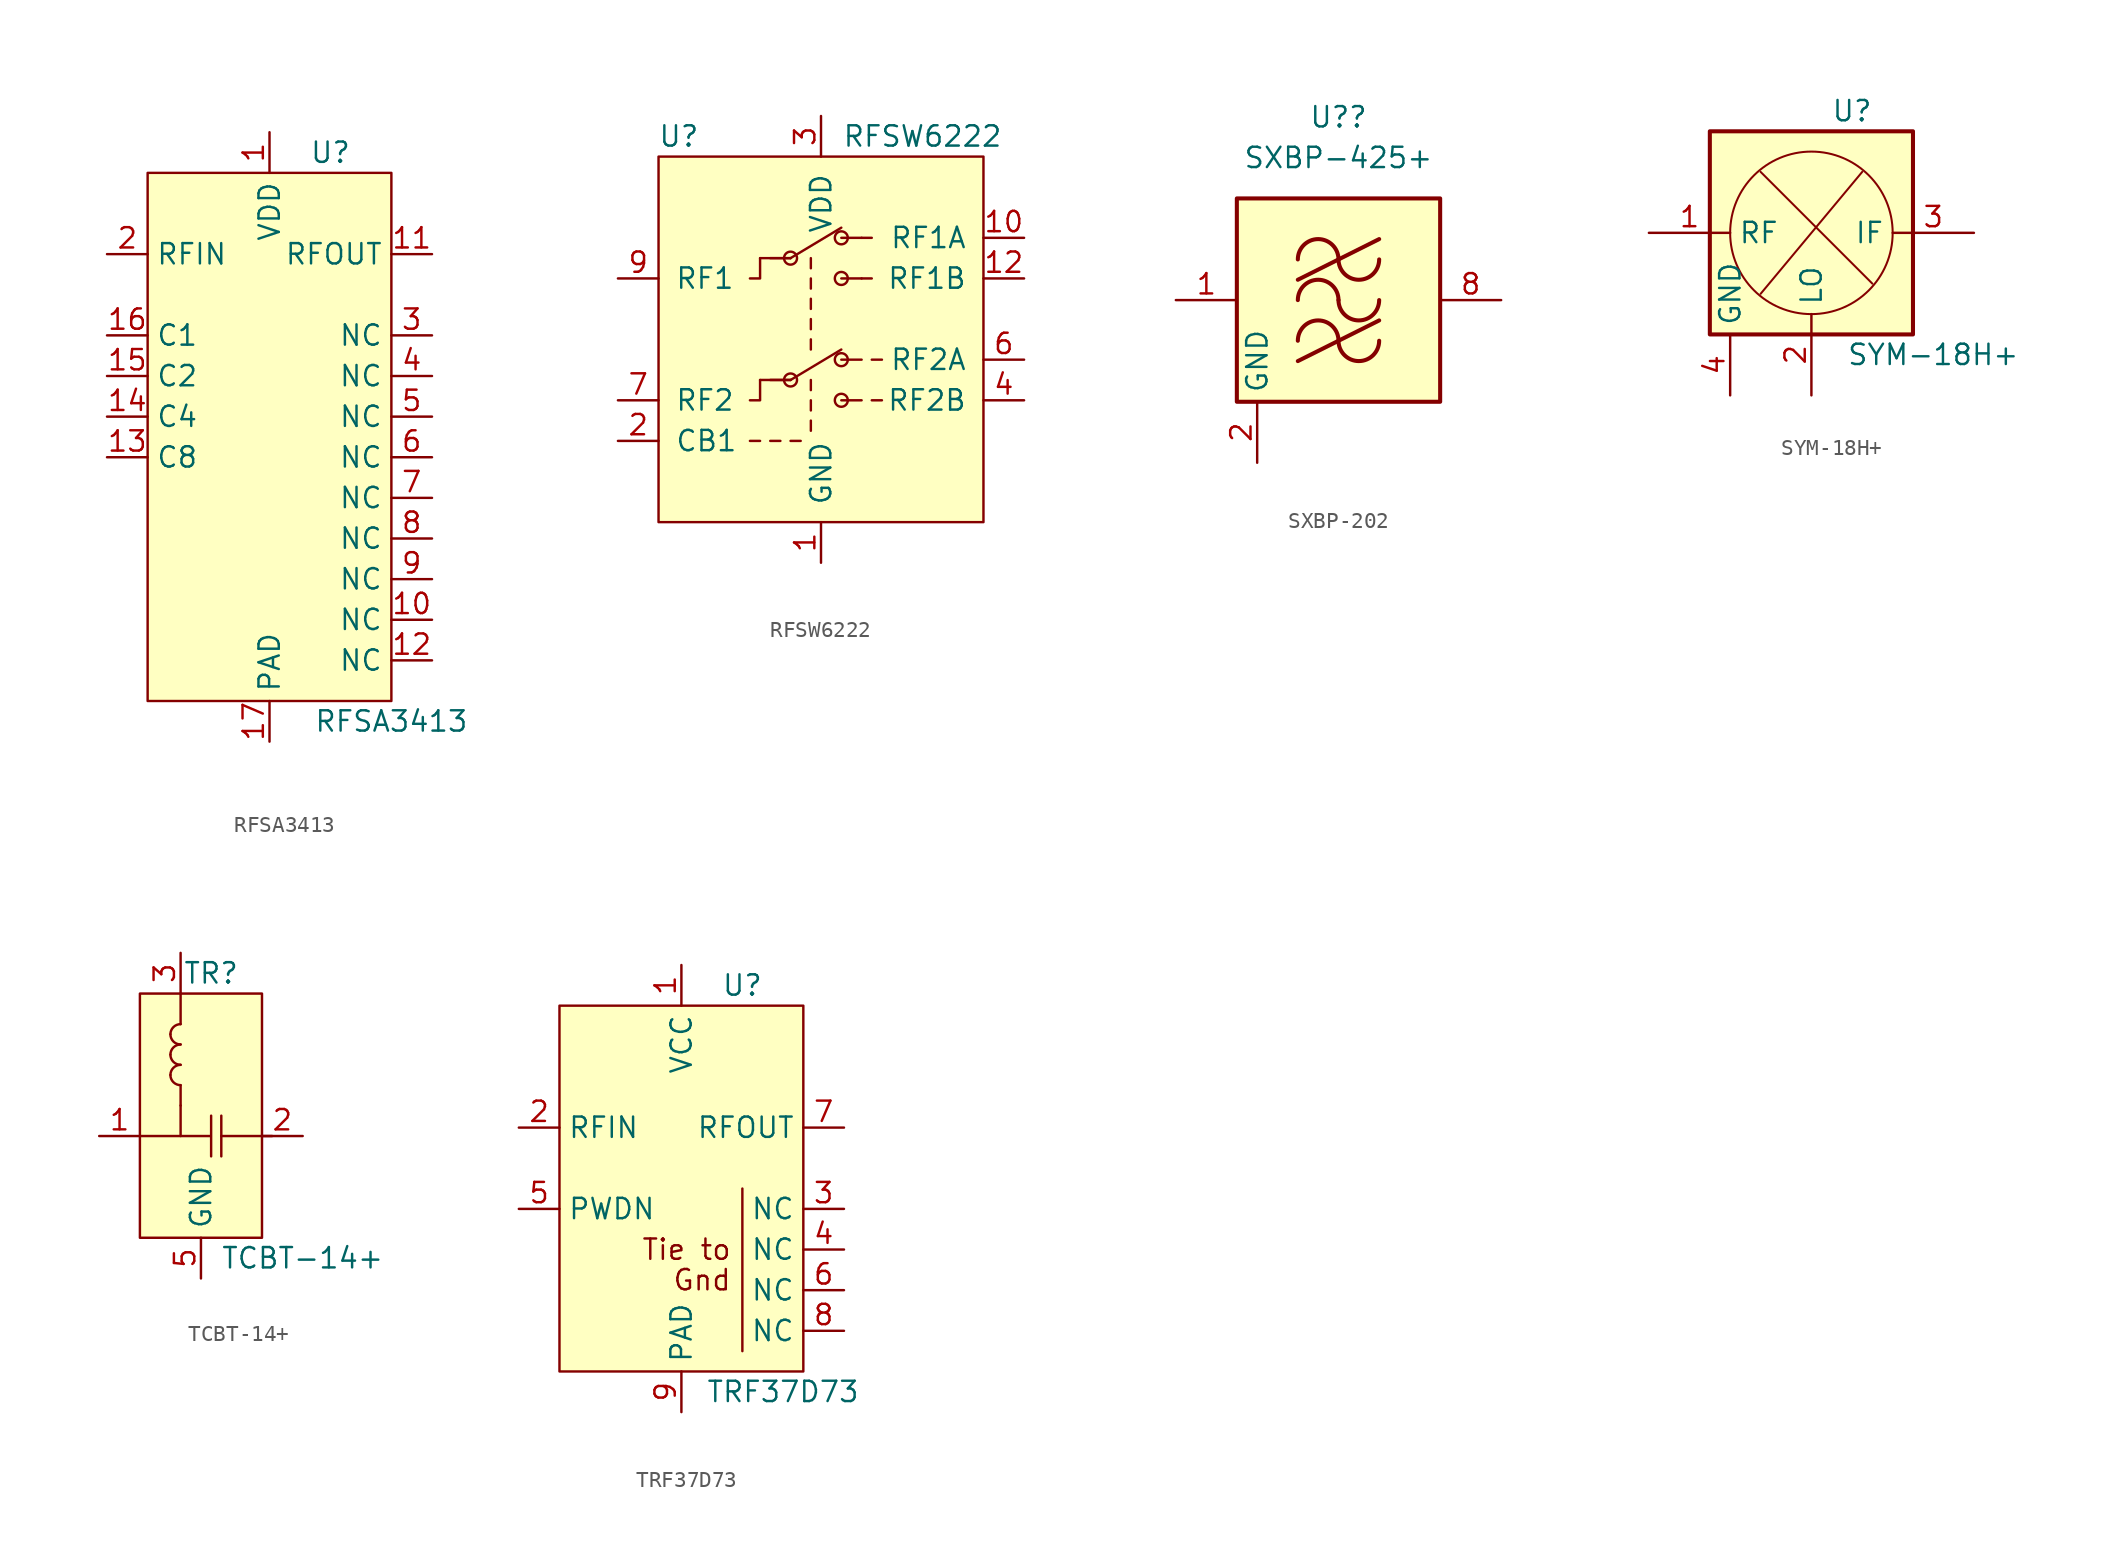
<source format=kicad_sym>
(kicad_symbol_lib
  (version 20211014)
  (generator kicad_symbol_editor)
  (symbol "RFSA3413"
    (property "Reference" "U"
      (at 3.81 6.35 0)
      (effects (font (size 1.27 1.27))))
    (property "Value" "RFSA3413"
      (at 7.62 -29.21 0)
      (effects (font (size 1.27 1.27))))
    (symbol "RFSA3413_0_1"
      (rectangle (start -7.62 5.08) (end 7.62 -27.94) (stroke (width 0.152) (type default) (color 0 0 0 0)) (fill (type background))))
    (symbol "RFSA3413_1_1"
      (pin power_in line (at 0 7.62 270) (length 2.54) (name "VDD" (effects (font (size 1.27 1.27)))) (number "1" (effects (font (size 1.27 1.27)))))
      (pin passive line (at 10.16 -22.86 180) (length 2.54) (name "NC" (effects (font (size 1.27 1.27)))) (number "10" (effects (font (size 1.27 1.27)))))
      (pin output line (at 10.16 0 180) (length 2.54) (name "RFOUT" (effects (font (size 1.27 1.27)))) (number "11" (effects (font (size 1.27 1.27)))))
      (pin passive line (at 10.16 -25.4 180) (length 2.54) (name "NC" (effects (font (size 1.27 1.27)))) (number "12" (effects (font (size 1.27 1.27)))))
      (pin input line (at -10.16 -12.7 0) (length 2.54) (name "C8" (effects (font (size 1.27 1.27)))) (number "13" (effects (font (size 1.27 1.27)))))
      (pin input line (at -10.16 -10.16 0) (length 2.54) (name "C4" (effects (font (size 1.27 1.27)))) (number "14" (effects (font (size 1.27 1.27)))))
      (pin input line (at -10.16 -7.62 0) (length 2.54) (name "C2" (effects (font (size 1.27 1.27)))) (number "15" (effects (font (size 1.27 1.27)))))
      (pin input line (at -10.16 -5.08 0) (length 2.54) (name "C1" (effects (font (size 1.27 1.27)))) (number "16" (effects (font (size 1.27 1.27)))))
      (pin power_in line (at 0 -30.48 90) (length 2.54) (name "PAD" (effects (font (size 1.27 1.27)))) (number "17" (effects (font (size 1.27 1.27)))))
      (pin input line (at -10.16 0 0) (length 2.54) (name "RFIN" (effects (font (size 1.27 1.27)))) (number "2" (effects (font (size 1.27 1.27)))))
      (pin passive line (at 10.16 -5.08 180) (length 2.54) (name "NC" (effects (font (size 1.27 1.27)))) (number "3" (effects (font (size 1.27 1.27)))))
      (pin passive line (at 10.16 -7.62 180) (length 2.54) (name "NC" (effects (font (size 1.27 1.27)))) (number "4" (effects (font (size 1.27 1.27)))))
      (pin passive line (at 10.16 -10.16 180) (length 2.54) (name "NC" (effects (font (size 1.27 1.27)))) (number "5" (effects (font (size 1.27 1.27)))))
      (pin passive line (at 10.16 -12.7 180) (length 2.54) (name "NC" (effects (font (size 1.27 1.27)))) (number "6" (effects (font (size 1.27 1.27)))))
      (pin passive line (at 10.16 -15.24 180) (length 2.54) (name "NC" (effects (font (size 1.27 1.27)))) (number "7" (effects (font (size 1.27 1.27)))))
      (pin passive line (at 10.16 -17.78 180) (length 2.54) (name "NC" (effects (font (size 1.27 1.27)))) (number "8" (effects (font (size 1.27 1.27)))))
      (pin passive line (at 10.16 -20.32 180) (length 2.54) (name "NC" (effects (font (size 1.27 1.27)))) (number "9" (effects (font (size 1.27 1.27)))))))
  (symbol "RFSW6222"
    (pin_names
      (offset 1.016))
    (property "Reference" "U"
      (at -8.89 11.43 0)
      (effects (font (size 1.27 1.27))))
    (property "Value" "RFSW6222"
      (at 6.35 11.43 0)
      (effects (font (size 1.27 1.27))))
    (symbol "RFSW6222_0_1"
      (rectangle (start -10.16 10.16) (end 10.16 -12.7) (stroke (width 0) (type default) (color 0 0 0 0)) (fill (type background)))
      (circle (center -1.905 3.81) (radius 0.406) (stroke (width 0) (type default) (color 0 0 0 0)) (fill (type none)))
      (polyline (pts (xy -4.445 -7.62) (xy -3.81 -7.62)) (stroke (width 0) (type default) (color 0 0 0 0)) (fill (type none)))
      (polyline (pts (xy -3.81 3.81) (xy -1.905 3.81)) (stroke (width 0) (type default) (color 0 0 0 0)) (fill (type none)))
      (polyline (pts (xy -1.905 3.81) (xy -3.175 3.81)) (stroke (width 0) (type default) (color 0 0 0 0)) (fill (type none)))
      (polyline (pts (xy -1.905 3.81) (xy 1.27 5.715)) (stroke (width 0) (type default) (color 0 0 0 0)) (fill (type none)))
      (polyline (pts (xy 1.27 2.54) (xy 2.54 2.54)) (stroke (width 0) (type default) (color 0 0 0 0)) (fill (type none)))
      (polyline (pts (xy 1.27 5.08) (xy 2.54 5.08)) (stroke (width 0) (type default) (color 0 0 0 0)) (fill (type none)))
      (polyline (pts (xy 2.54 2.54) (xy 3.175 2.54)) (stroke (width 0) (type default) (color 0 0 0 0)) (fill (type none)))
      (polyline (pts (xy 2.54 5.08) (xy 3.175 5.08)) (stroke (width 0) (type default) (color 0 0 0 0)) (fill (type none)))
      (polyline (pts (xy -4.445 2.54) (xy -3.81 2.54) (xy -3.81 3.81)) (stroke (width 0) (type default) (color 0 0 0 0)) (fill (type none)))
      (circle (center 1.27 2.54) (radius 0.406) (stroke (width 0) (type default) (color 0 0 0 0)) (fill (type none)))
      (circle (center 1.27 5.08) (radius 0.406) (stroke (width 0) (type default) (color 0 0 0 0)) (fill (type none))))
    (symbol "RFSW6222_1_1"
      (circle (center -1.905 -3.81) (radius 0.406) (stroke (width 0) (type default) (color 0 0 0 0)) (fill (type none)))
      (polyline (pts (xy -3.81 -3.81) (xy -1.905 -3.81)) (stroke (width 0) (type default) (color 0 0 0 0)) (fill (type none)))
      (polyline (pts (xy -3.175 -7.62) (xy -2.54 -7.62)) (stroke (width 0) (type default) (color 0 0 0 0)) (fill (type none)))
      (polyline (pts (xy -1.905 -7.62) (xy -1.27 -7.62)) (stroke (width 0) (type default) (color 0 0 0 0)) (fill (type none)))
      (polyline (pts (xy -1.905 -3.81) (xy -3.175 -3.81)) (stroke (width 0) (type default) (color 0 0 0 0)) (fill (type none)))
      (polyline (pts (xy -1.905 -3.81) (xy 1.27 -1.905)) (stroke (width 0) (type default) (color 0 0 0 0)) (fill (type none)))
      (polyline (pts (xy -0.635 -6.985) (xy -0.635 -6.35)) (stroke (width 0) (type default) (color 0 0 0 0)) (fill (type none)))
      (polyline (pts (xy -0.635 -5.715) (xy -0.635 -5.08)) (stroke (width 0) (type default) (color 0 0 0 0)) (fill (type none)))
      (polyline (pts (xy -0.635 -4.445) (xy -0.635 -3.81)) (stroke (width 0) (type default) (color 0 0 0 0)) (fill (type none)))
      (polyline (pts (xy -0.635 -1.905) (xy -0.635 -1.27)) (stroke (width 0) (type default) (color 0 0 0 0)) (fill (type none)))
      (polyline (pts (xy -0.635 -0.635) (xy -0.635 0)) (stroke (width 0) (type default) (color 0 0 0 0)) (fill (type none)))
      (polyline (pts (xy -0.635 0.635) (xy -0.635 1.27)) (stroke (width 0) (type default) (color 0 0 0 0)) (fill (type none)))
      (polyline (pts (xy -0.635 1.905) (xy -0.635 2.54)) (stroke (width 0) (type default) (color 0 0 0 0)) (fill (type none)))
      (polyline (pts (xy -0.635 3.175) (xy -0.635 3.81)) (stroke (width 0) (type default) (color 0 0 0 0)) (fill (type none)))
      (polyline (pts (xy 1.27 -5.08) (xy 2.54 -5.08)) (stroke (width 0) (type default) (color 0 0 0 0)) (fill (type none)))
      (polyline (pts (xy 1.27 -2.54) (xy 2.54 -2.54)) (stroke (width 0) (type default) (color 0 0 0 0)) (fill (type none)))
      (polyline (pts (xy 3.175 -5.08) (xy 3.81 -5.08)) (stroke (width 0) (type default) (color 0 0 0 0)) (fill (type none)))
      (polyline (pts (xy 3.175 -2.54) (xy 3.81 -2.54)) (stroke (width 0) (type default) (color 0 0 0 0)) (fill (type none)))
      (polyline (pts (xy -4.445 -5.08) (xy -3.81 -5.08) (xy -3.81 -3.81)) (stroke (width 0) (type default) (color 0 0 0 0)) (fill (type none)))
      (circle (center 1.27 -5.08) (radius 0.406) (stroke (width 0) (type default) (color 0 0 0 0)) (fill (type none)))
      (circle (center 1.27 -2.54) (radius 0.406) (stroke (width 0) (type default) (color 0 0 0 0)) (fill (type none)))
      (pin power_in line (at 0 -15.24 90) (length 2.54) (name "GND" (effects (font (size 1.27 1.27)))) (number "1" (effects (font (size 1.27 1.27)))))
      (pin passive line (at 12.7 5.08 180) (length 2.54) (name "RF1A" (effects (font (size 1.27 1.27)))) (number "10" (effects (font (size 1.27 1.27)))))
      (pin passive line (at 0 -15.24 90) (length 2.54) hide (name "GND" (effects (font (size 1.27 1.27)))) (number "11" (effects (font (size 1.27 1.27)))))
      (pin passive line (at 12.7 2.54 180) (length 2.54) (name "RF1B" (effects (font (size 1.27 1.27)))) (number "12" (effects (font (size 1.27 1.27)))))
      (pin passive line (at 0 -15.24 90) (length 2.54) hide (name "GND" (effects (font (size 1.27 1.27)))) (number "13" (effects (font (size 1.27 1.27)))))
      (pin input line (at -12.7 -7.62 0) (length 2.54) (name "CB1" (effects (font (size 1.27 1.27)))) (number "2" (effects (font (size 1.27 1.27)))))
      (pin power_in line (at 0 12.7 270) (length 2.54) (name "VDD" (effects (font (size 1.27 1.27)))) (number "3" (effects (font (size 1.27 1.27)))))
      (pin passive line (at 12.7 -5.08 180) (length 2.54) (name "RF2B" (effects (font (size 1.27 1.27)))) (number "4" (effects (font (size 1.27 1.27)))))
      (pin passive line (at 0 -15.24 90) (length 2.54) hide (name "GND" (effects (font (size 1.27 1.27)))) (number "5" (effects (font (size 1.27 1.27)))))
      (pin passive line (at 12.7 -2.54 180) (length 2.54) (name "RF2A" (effects (font (size 1.27 1.27)))) (number "6" (effects (font (size 1.27 1.27)))))
      (pin passive line (at -12.7 -5.08 0) (length 2.54) (name "RF2" (effects (font (size 1.27 1.27)))) (number "7" (effects (font (size 1.27 1.27)))))
      (pin passive line (at 0 -15.24 90) (length 2.54) hide (name "GND" (effects (font (size 1.27 1.27)))) (number "8" (effects (font (size 1.27 1.27)))))
      (pin passive line (at -12.7 2.54 0) (length 2.54) (name "RF1" (effects (font (size 1.27 1.27)))) (number "9" (effects (font (size 1.27 1.27)))))))
  (symbol "SXBP-202"
    (property "Reference" "U?"
      (at 0 11.43 0)
      (effects (font (size 1.27 1.27))))
    (property "Value" "SXBP-425+"
      (at 0 8.89 0)
      (effects (font (size 1.27 1.27))))
    (symbol "SXBP-202_0_1"
      (rectangle (start -6.35 6.35) (end 6.35 -6.35) (stroke (width 0.254) (type default) (color 0 0 0 0)) (fill (type background)))
      (arc (start 0 -2.54) (mid -1.27 -1.27) (end -2.54 -2.54) (stroke (width 0.254) (type default) (color 0 0 0 0)) (fill (type none)))
      (arc (start 0 -2.54) (mid 1.27 -3.81) (end 2.54 -2.54) (stroke (width 0.254) (type default) (color 0 0 0 0)) (fill (type none)))
      (arc (start 0 0) (mid -1.27 1.27) (end -2.54 0) (stroke (width 0.254) (type default) (color 0 0 0 0)) (fill (type none)))
      (polyline (pts (xy -2.54 -3.81) (xy 2.54 -1.27)) (stroke (width 0.254) (type default) (color 0 0 0 0)) (fill (type none)))
      (polyline (pts (xy -2.54 1.27) (xy 2.54 3.81)) (stroke (width 0.254) (type default) (color 0 0 0 0)) (fill (type none)))
      (arc (start 0 0) (mid 1.27 -1.27) (end 2.54 0) (stroke (width 0.254) (type default) (color 0 0 0 0)) (fill (type none)))
      (arc (start 0 2.54) (mid -1.27 3.81) (end -2.54 2.54) (stroke (width 0.254) (type default) (color 0 0 0 0)) (fill (type none)))
      (arc (start 0 2.54) (mid 1.27 1.27) (end 2.54 2.54) (stroke (width 0.254) (type default) (color 0 0 0 0)) (fill (type none))))
    (symbol "SXBP-202_1_1"
      (pin input line (at -10.16 0 0) (length 3.81) (name "~" (effects (font (size 1.27 1.27)))) (number "1" (effects (font (size 1.27 1.27)))))
      (pin power_in line (at -5.08 -10.16 90) (length 3.81) (name "GND" (effects (font (size 1.27 1.27)))) (number "2" (effects (font (size 1.27 1.27)))))
      (pin passive line (at -5.08 -10.16 90) (length 3.81) hide (name "GND" (effects (font (size 1.27 1.27)))) (number "3" (effects (font (size 1.27 1.27)))))
      (pin passive line (at -5.08 -10.16 90) (length 3.81) hide (name "GND" (effects (font (size 1.27 1.27)))) (number "4" (effects (font (size 1.27 1.27)))))
      (pin passive line (at -5.08 -10.16 90) (length 3.81) hide (name "GND" (effects (font (size 1.27 1.27)))) (number "5" (effects (font (size 1.27 1.27)))))
      (pin passive line (at -5.08 -10.16 90) (length 3.81) hide (name "GND" (effects (font (size 1.27 1.27)))) (number "6" (effects (font (size 1.27 1.27)))))
      (pin passive line (at -5.08 -10.16 90) (length 3.81) hide (name "GND" (effects (font (size 1.27 1.27)))) (number "7" (effects (font (size 1.27 1.27)))))
      (pin output line (at 10.16 0 180) (length 3.81) (name "~" (effects (font (size 1.27 1.27)))) (number "8" (effects (font (size 1.27 1.27)))))))
  (symbol "SYM-18H+"
    (property "Reference" "U"
      (at 2.54 7.62 0)
      (effects (font (size 1.27 1.27))))
    (property "Value" "SYM-18H+"
      (at 7.62 -7.62 0)
      (effects (font (size 1.27 1.27))))
    (symbol "SYM-18H+_0_1"
      (rectangle (start -6.35 6.35) (end 6.35 -6.35) (stroke (width 0.254) (type default) (color 0 0 0 0)) (fill (type background)))
      (polyline (pts (xy -3.175 -3.81) (xy 3.175 3.81)) (stroke (width 0.127) (type default) (color 0 0 0 0)) (fill (type none)))
      (polyline (pts (xy 3.81 -3.175) (xy -3.175 3.81)) (stroke (width 0.127) (type default) (color 0 0 0 0)) (fill (type none)))
      (circle (center 0 0) (radius 5.08) (stroke (width 0.127) (type default) (color 0 0 0 0)) (fill (type none))))
    (symbol "SYM-18H+_1_1"
      (pin input line (at -10.16 0 0) (length 5.08) (name "RF" (effects (font (size 1.27 1.27)))) (number "1" (effects (font (size 1.27 1.27)))))
      (pin output line (at 0 -10.16 90) (length 5.08) (name "LO" (effects (font (size 1.27 1.27)))) (number "2" (effects (font (size 1.27 1.27)))))
      (pin input line (at 10.16 0 180) (length 5.08) (name "IF" (effects (font (size 1.27 1.27)))) (number "3" (effects (font (size 1.27 1.27)))))
      (pin power_in line (at -5.08 -10.16 90) (length 3.81) (name "GND" (effects (font (size 1.27 1.27)))) (number "4" (effects (font (size 1.27 1.27)))))
      (pin passive line (at -5.08 -10.16 90) (length 3.81) hide (name "GND" (effects (font (size 1.27 1.27)))) (number "5" (effects (font (size 1.27 1.27)))))
      (pin passive line (at -5.08 -10.16 90) (length 3.81) hide (name "GND" (effects (font (size 1.27 1.27)))) (number "6" (effects (font (size 1.27 1.27)))))))
  (symbol "TCBT-14+"
    (property "Reference" "TR"
      (at 0.635 7.62 0)
      (effects (font (size 1.27 1.27))))
    (property "Value" "TCBT-14+"
      (at 6.35 -10.16 0)
      (effects (font (size 1.27 1.27))))
    (symbol "TCBT-14+_0_1"
      (rectangle (start -3.81 6.35) (end 3.81 -8.89) (stroke (width 0.152) (type default) (color 0 0 0 0)) (fill (type background)))
      (arc (start -1.905 1.27) (mid -1.719 0.821) (end -1.27 0.635) (stroke (width 0.1524) (type default) (color 0 0 0 0)) (fill (type none)))
      (arc (start -1.905 2.54) (mid -1.719 2.091) (end -1.27 1.905) (stroke (width 0.1524) (type default) (color 0 0 0 0)) (fill (type none)))
      (arc (start -1.905 3.81) (mid -1.719 3.361) (end -1.27 3.175) (stroke (width 0.1524) (type default) (color 0 0 0 0)) (fill (type none)))
      (arc (start -1.27 1.905) (mid -1.719 1.719) (end -1.905 1.27) (stroke (width 0.1524) (type default) (color 0 0 0 0)) (fill (type none)))
      (arc (start -1.27 3.175) (mid -1.719 2.989) (end -1.905 2.54) (stroke (width 0.1524) (type default) (color 0 0 0 0)) (fill (type none)))
      (arc (start -1.27 4.445) (mid -1.719 4.259) (end -1.905 3.81) (stroke (width 0.1524) (type default) (color 0 0 0 0)) (fill (type none)))
      (polyline (pts (xy -1.27 -0.635) (xy -1.27 -2.54)) (stroke (width 0.152) (type default) (color 0 0 0 0)) (fill (type none)))
      (polyline (pts (xy -1.27 0.635) (xy -1.27 -0.635)) (stroke (width 0.152) (type default) (color 0 0 0 0)) (fill (type none)))
      (polyline (pts (xy -1.27 6.35) (xy -1.27 4.445)) (stroke (width 0.152) (type default) (color 0 0 0 0)) (fill (type none)))
      (polyline (pts (xy 1.27 -2.54) (xy 4.445 -2.54)) (stroke (width 0.152) (type default) (color 0 0 0 0)) (fill (type none)))
      (polyline (pts (xy 1.27 -1.27) (xy 1.27 -3.81)) (stroke (width 0.152) (type default) (color 0 0 0 0)) (fill (type none)))
      (polyline (pts (xy -3.81 -2.54) (xy 0.635 -2.54) (xy 0.635 -1.27) (xy 0.635 -2.54) (xy 0.635 -3.81)) (stroke (width 0.152) (type default) (color 0 0 0 0)) (fill (type none))))
    (symbol "TCBT-14+_1_1"
      (pin passive line (at -6.35 -2.54 0) (length 2.54) (name "" (effects (font (size 1.27 1.27)))) (number "1" (effects (font (size 1.27 1.27)))))
      (pin passive line (at 6.35 -2.54 180) (length 2.54) (name "" (effects (font (size 1.27 1.27)))) (number "2" (effects (font (size 1.27 1.27)))))
      (pin power_in line (at -1.27 8.89 270) (length 2.54) (name "" (effects (font (size 1.27 1.27)))) (number "3" (effects (font (size 1.27 1.27)))))
      (pin no_connect line (at -6.35 -6.35 0) (length 2.54) hide (name "" (effects (font (size 1.27 1.27)))) (number "4" (effects (font (size 1.27 1.27)))))
      (pin power_in line (at 0 -11.43 90) (length 2.54) (name "GND" (effects (font (size 1.27 1.27)))) (number "5" (effects (font (size 1.27 1.27)))))))
  (symbol "TRF37D73"
    (property "Reference" "U"
      (at 3.81 8.89 0)
      (effects (font (size 1.27 1.27))))
    (property "Value" "TRF37D73"
      (at 6.35 -16.51 0)
      (effects (font (size 1.27 1.27))))
    (symbol "TRF37D73_0_0"
      (text "Gnd" (at 3.175 -9.525 0) (effects (font (size 1.27 1.27)) (justify right)))
      (text "Tie to" (at 3.175 -7.62 0) (effects (font (size 1.27 1.27)) (justify right))))
    (symbol "TRF37D73_0_1"
      (polyline (pts (xy 3.81 -3.81) (xy 3.81 -13.97)) (stroke (width 0.152) (type default) (color 0 0 0 0)) (fill (type none)))
      (rectangle (start 7.62 7.62) (end -7.62 -15.24) (stroke (width 0.152) (type default) (color 0 0 0 0)) (fill (type background))))
    (symbol "TRF37D73_1_1"
      (pin power_in line (at 0 10.16 270) (length 2.54) (name "VCC" (effects (font (size 1.27 1.27)))) (number "1" (effects (font (size 1.27 1.27)))))
      (pin input line (at -10.16 0 0) (length 2.54) (name "RFIN" (effects (font (size 1.27 1.27)))) (number "2" (effects (font (size 1.27 1.27)))))
      (pin passive line (at 10.16 -5.08 180) (length 2.54) (name "NC" (effects (font (size 1.27 1.27)))) (number "3" (effects (font (size 1.27 1.27)))))
      (pin passive line (at 10.16 -7.62 180) (length 2.54) (name "NC" (effects (font (size 1.27 1.27)))) (number "4" (effects (font (size 1.27 1.27)))))
      (pin passive line (at -10.16 -5.08 0) (length 2.54) (name "PWDN" (effects (font (size 1.27 1.27)))) (number "5" (effects (font (size 1.27 1.27)))))
      (pin passive line (at 10.16 -10.16 180) (length 2.54) (name "NC" (effects (font (size 1.27 1.27)))) (number "6" (effects (font (size 1.27 1.27)))))
      (pin output line (at 10.16 0 180) (length 2.54) (name "RFOUT" (effects (font (size 1.27 1.27)))) (number "7" (effects (font (size 1.27 1.27)))))
      (pin passive line (at 10.16 -12.7 180) (length 2.54) (name "NC" (effects (font (size 1.27 1.27)))) (number "8" (effects (font (size 1.27 1.27)))))
      (pin passive line (at 0 -17.78 90) (length 2.54) (name "PAD" (effects (font (size 1.27 1.27)))) (number "9" (effects (font (size 1.27 1.27))))))))
</source>
